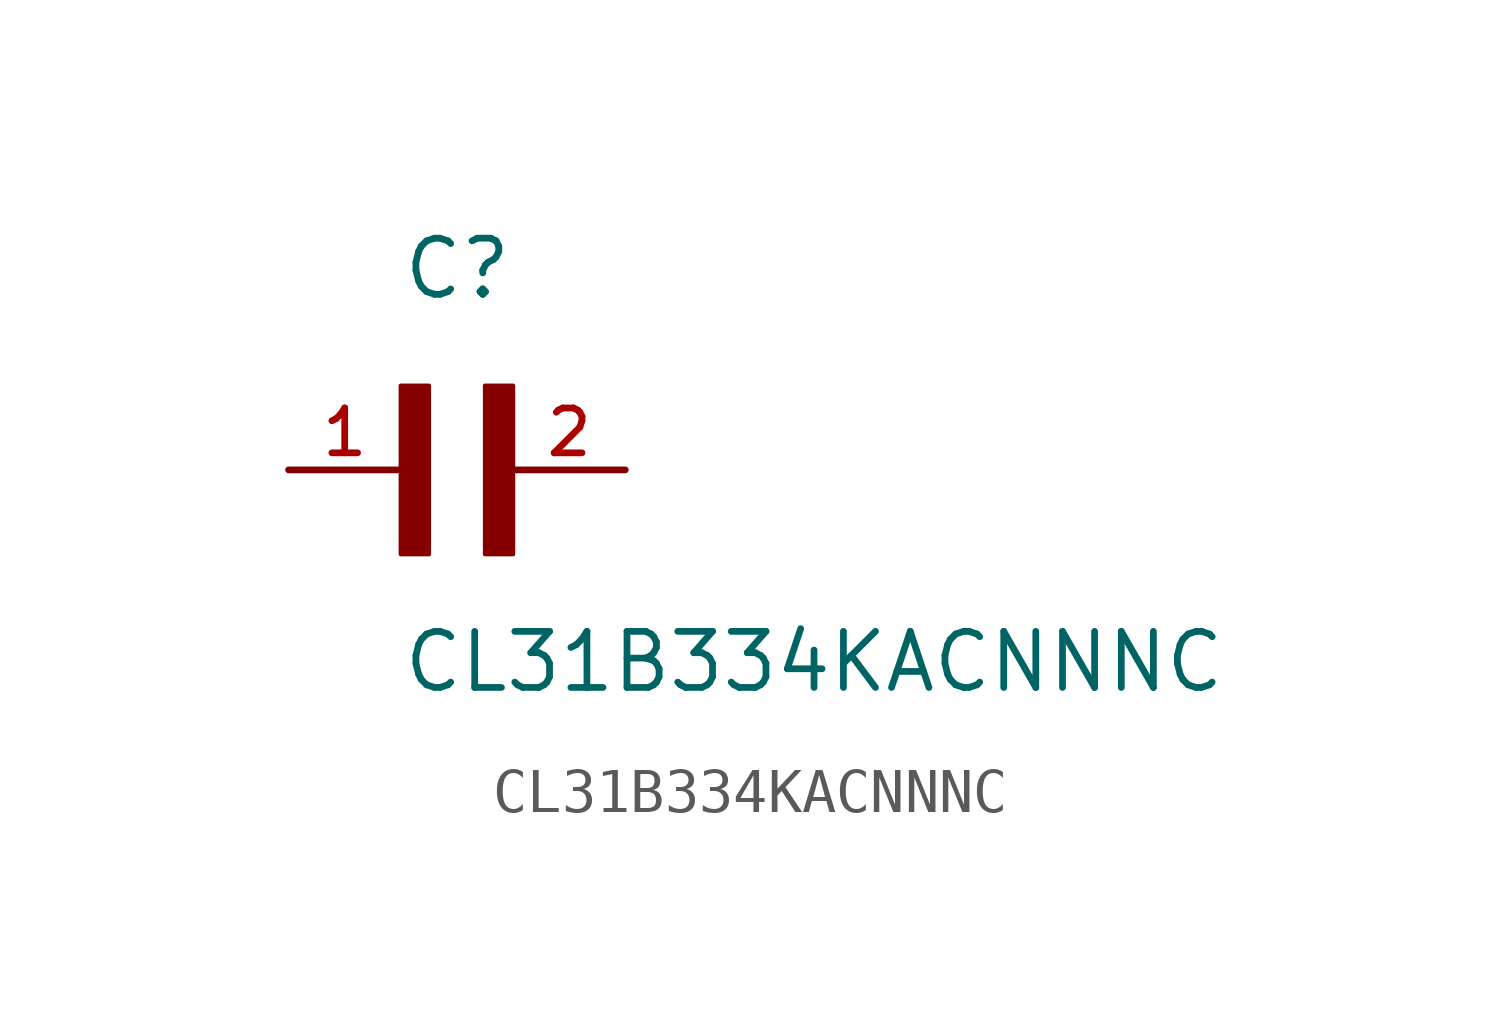
<source format=kicad_sym>
(kicad_symbol_lib
  (version 20211014)
  (generator kicad_symbol_editor)
  (symbol "CL31B334KACNNNC"
    (pin_names
      (offset 1.016))
    (property "Reference" "C"
      (at 0.0 3.811 0)
      (effects (font (size 1.27 1.27)) (justify bottom left)))
    (property "Value" "CL31B334KACNNNC"
      (at 0.0 -5.088 0)
      (effects (font (size 1.27 1.27)) (justify bottom left)))
    (symbol "CL31B334KACNNNC_0_0"
      (rectangle (start 0.0 -1.907) (end 0.635 1.905) (stroke (width 0.1)) (fill (type outline)))
      (rectangle (start 1.907 -1.907) (end 2.54 1.905) (stroke (width 0.1)) (fill (type outline)))
      (pin passive line (at -2.54 0.0 0) (length 2.54) (name "~" (effects (font (size 1.016 1.016)))) (number "1" (effects (font (size 1.016 1.016)))))
      (pin passive line (at 5.08 0.0 180.0) (length 2.54) (name "~" (effects (font (size 1.016 1.016)))) (number "2" (effects (font (size 1.016 1.016))))))))
</source>
